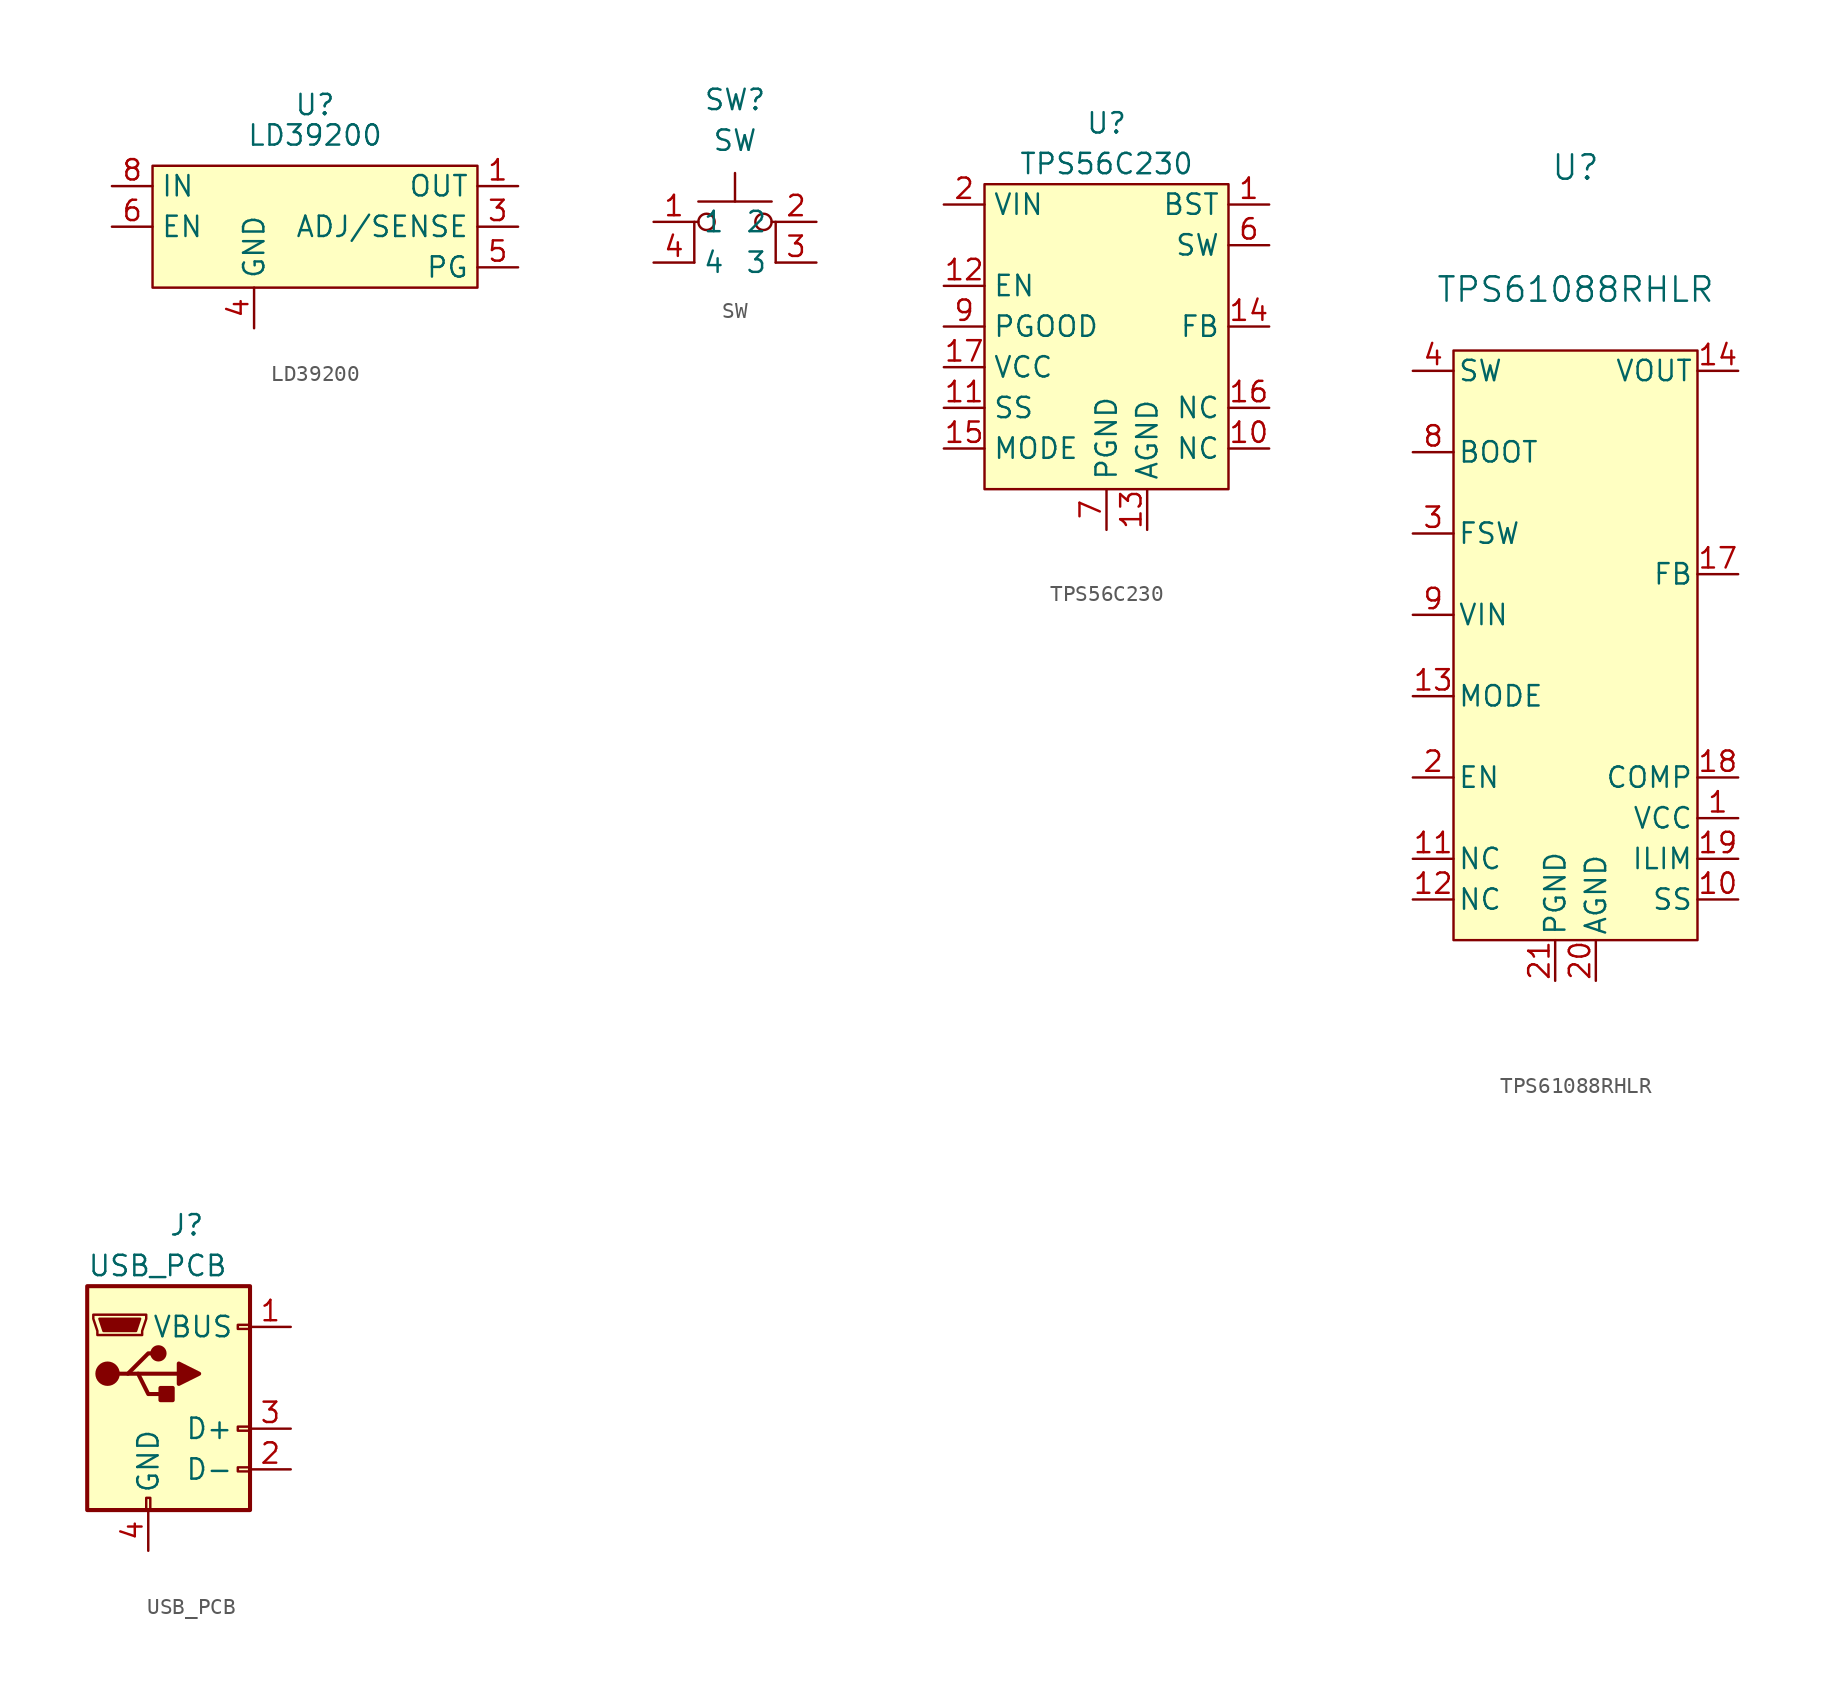
<source format=kicad_sym>
(kicad_symbol_lib
  (version 20211014)
  (generator kicad_symbol_editor)
  (symbol "LD39200"
    (property "Reference" "U"
      (at 0 5.08 0)
      (effects (font (size 1.27 1.27))))
    (property "Value" "LD39200"
      (at 0 3.175 0)
      (effects (font (size 1.27 1.27))))
    (symbol "LD39200_0_1"
      (rectangle (start -10.16 1.27) (end 10.16 -6.35) (stroke (width 0) (type default) (color 0 0 0 0)) (fill (type background))))
    (symbol "LD39200_1_1"
      (pin power_out line (at 12.7 0 180) (length 2.54) (name "OUT" (effects (font (size 1.27 1.27)))) (number "1" (effects (font (size 1.27 1.27)))))
      (pin power_out line (at 12.7 0 180) (length 2.54) hide (name "OUT" (effects (font (size 1.27 1.27)))) (number "2" (effects (font (size 1.27 1.27)))))
      (pin input line (at 12.7 -2.54 180) (length 2.54) (name "ADJ/SENSE" (effects (font (size 1.27 1.27)))) (number "3" (effects (font (size 1.27 1.27)))))
      (pin power_in line (at -3.81 -8.89 90) (length 2.54) (name "GND" (effects (font (size 1.27 1.27)))) (number "4" (effects (font (size 1.27 1.27)))))
      (pin output line (at 12.7 -5.08 180) (length 2.54) (name "PG" (effects (font (size 1.27 1.27)))) (number "5" (effects (font (size 1.27 1.27)))))
      (pin input line (at -12.7 -2.54 0) (length 2.54) (name "EN" (effects (font (size 1.27 1.27)))) (number "6" (effects (font (size 1.27 1.27)))))
      (pin power_in line (at -12.7 0 0) (length 2.54) hide (name "IN" (effects (font (size 1.27 1.27)))) (number "7" (effects (font (size 1.27 1.27)))))
      (pin power_in line (at -12.7 0 0) (length 2.54) (name "IN" (effects (font (size 1.27 1.27)))) (number "8" (effects (font (size 1.27 1.27)))))
      (pin power_in line (at -3.81 -8.89 90) (length 2.54) hide (name "GND" (effects (font (size 1.27 1.27)))) (number "9" (effects (font (size 1.27 1.27)))))))
  (symbol "SW"
    (property "Reference" "SW"
      (at 0 8.89 0)
      (effects (font (size 1.27 1.27))))
    (property "Value" "SW"
      (at 0 6.35 0)
      (effects (font (size 1.27 1.27))))
    (symbol "SW_0_1"
      (circle (center -1.778 1.27) (radius 0.508) (stroke (width 0) (type default) (color 0 0 0 0)) (fill (type none)))
      (polyline (pts (xy -2.286 2.54) (xy 2.286 2.54)) (stroke (width 0) (type default) (color 0 0 0 0)) (fill (type none)))
      (polyline (pts (xy 0 2.54) (xy 0 4.318)) (stroke (width 0) (type default) (color 0 0 0 0)) (fill (type none)))
      (polyline (pts (xy -2.54 -1.27) (xy -2.54 1.27) (xy -2.286 1.27)) (stroke (width 0) (type default) (color 0 0 0 0)) (fill (type none)))
      (polyline (pts (xy 2.54 -1.27) (xy 2.54 1.27) (xy 2.286 1.27)) (stroke (width 0) (type default) (color 0 0 0 0)) (fill (type none)))
      (circle (center 1.778 1.27) (radius 0.508) (stroke (width 0) (type default) (color 0 0 0 0)) (fill (type none)))
      (pin passive line (at -5.08 1.27 0) (length 2.54) (name "1" (effects (font (size 1.27 1.27)))) (number "1" (effects (font (size 1.27 1.27)))))
      (pin passive line (at 5.08 1.27 180) (length 2.54) (name "2" (effects (font (size 1.27 1.27)))) (number "2" (effects (font (size 1.27 1.27)))))
      (pin passive line (at 5.08 -1.27 180) (length 2.54) (name "3" (effects (font (size 1.27 1.27)))) (number "3" (effects (font (size 1.27 1.27)))))
      (pin passive line (at -5.08 -1.27 0) (length 2.54) (name "4" (effects (font (size 1.27 1.27)))) (number "4" (effects (font (size 1.27 1.27)))))))
  (symbol "TPS56C230"
    (property "Reference" "U"
      (at 0 5.08 0)
      (effects (font (size 1.27 1.27))))
    (property "Value" "TPS56C230"
      (at 0 2.54 0)
      (effects (font (size 1.27 1.27))))
    (symbol "TPS56C230_0_1"
      (rectangle (start 7.62 -17.78) (end -7.62 1.27) (stroke (width 0) (type default) (color 0 0 0 0)) (fill (type background))))
    (symbol "TPS56C230_1_1"
      (pin passive line (at 10.16 0 180) (length 2.54) (name "BST" (effects (font (size 1.27 1.27)))) (number "1" (effects (font (size 1.27 1.27)))))
      (pin free line (at 10.16 -15.24 180) (length 2.54) (name "NC" (effects (font (size 1.27 1.27)))) (number "10" (effects (font (size 1.27 1.27)))))
      (pin passive line (at -10.16 -12.7 0) (length 2.54) (name "SS" (effects (font (size 1.27 1.27)))) (number "11" (effects (font (size 1.27 1.27)))))
      (pin input line (at -10.16 -5.08 0) (length 2.54) (name "EN" (effects (font (size 1.27 1.27)))) (number "12" (effects (font (size 1.27 1.27)))))
      (pin input line (at 2.54 -20.32 90) (length 2.54) (name "AGND" (effects (font (size 1.27 1.27)))) (number "13" (effects (font (size 1.27 1.27)))))
      (pin input line (at 10.16 -7.62 180) (length 2.54) (name "FB" (effects (font (size 1.27 1.27)))) (number "14" (effects (font (size 1.27 1.27)))))
      (pin input line (at -10.16 -15.24 0) (length 2.54) (name "MODE" (effects (font (size 1.27 1.27)))) (number "15" (effects (font (size 1.27 1.27)))))
      (pin free line (at 10.16 -12.7 180) (length 2.54) (name "NC" (effects (font (size 1.27 1.27)))) (number "16" (effects (font (size 1.27 1.27)))))
      (pin input line (at -10.16 -10.16 0) (length 2.54) (name "VCC" (effects (font (size 1.27 1.27)))) (number "17" (effects (font (size 1.27 1.27)))))
      (pin power_in line (at 0 -20.32 90) (length 2.54) hide (name "PGND" (effects (font (size 1.27 1.27)))) (number "18" (effects (font (size 1.27 1.27)))))
      (pin power_out line (at 10.16 -2.54 180) (length 2.54) hide (name "SW" (effects (font (size 1.27 1.27)))) (number "19" (effects (font (size 1.27 1.27)))))
      (pin power_in line (at -10.16 0 0) (length 2.54) (name "VIN" (effects (font (size 1.27 1.27)))) (number "2" (effects (font (size 1.27 1.27)))))
      (pin power_out line (at 10.16 -2.54 180) (length 2.54) hide (name "SW" (effects (font (size 1.27 1.27)))) (number "20" (effects (font (size 1.27 1.27)))))
      (pin power_in line (at 0 -20.32 90) (length 2.54) hide (name "PGND" (effects (font (size 1.27 1.27)))) (number "21" (effects (font (size 1.27 1.27)))))
      (pin power_in line (at -10.16 0 0) (length 2.54) hide (name "VIN" (effects (font (size 1.27 1.27)))) (number "3" (effects (font (size 1.27 1.27)))))
      (pin power_in line (at -10.16 0 0) (length 2.54) hide (name "VIN" (effects (font (size 1.27 1.27)))) (number "4" (effects (font (size 1.27 1.27)))))
      (pin power_in line (at -10.16 0 0) (length 2.54) hide (name "VIN" (effects (font (size 1.27 1.27)))) (number "5" (effects (font (size 1.27 1.27)))))
      (pin power_out line (at 10.16 -2.54 180) (length 2.54) (name "SW" (effects (font (size 1.27 1.27)))) (number "6" (effects (font (size 1.27 1.27)))))
      (pin power_in line (at 0 -20.32 90) (length 2.54) (name "PGND" (effects (font (size 1.27 1.27)))) (number "7" (effects (font (size 1.27 1.27)))))
      (pin power_in line (at 0 -20.32 90) (length 2.54) hide (name "PGND" (effects (font (size 1.27 1.27)))) (number "8" (effects (font (size 1.27 1.27)))))
      (pin output line (at -10.16 -7.62 0) (length 2.54) (name "PGOOD" (effects (font (size 1.27 1.27)))) (number "9" (effects (font (size 1.27 1.27)))))))
  (symbol "TPS61088RHLR"
    (pin_names
      (offset 0.254))
    (property "Reference" "U"
      (at 0 12.7 0)
      (effects (font (size 1.524 1.524))))
    (property "Value" "TPS61088RHLR"
      (at 0 5.08 0)
      (effects (font (size 1.524 1.524))))
    (symbol "TPS61088RHLR_0_1"
      (pin passive line (at 10.16 -27.94 180) (length 2.54) (name "VCC" (effects (font (size 1.27 1.27)))) (number "1" (effects (font (size 1.27 1.27)))))
      (pin passive line (at 10.16 -33.02 180) (length 2.54) (name "SS" (effects (font (size 1.27 1.27)))) (number "10" (effects (font (size 1.27 1.27)))))
      (pin unspecified line (at -10.16 -30.48 0) (length 2.54) (name "NC" (effects (font (size 1.27 1.27)))) (number "11" (effects (font (size 1.27 1.27)))))
      (pin unspecified line (at -10.16 -33.02 0) (length 2.54) (name "NC" (effects (font (size 1.27 1.27)))) (number "12" (effects (font (size 1.27 1.27)))))
      (pin input line (at -10.16 -20.32 0) (length 2.54) (name "MODE" (effects (font (size 1.27 1.27)))) (number "13" (effects (font (size 1.27 1.27)))))
      (pin power_out line (at 10.16 0 180) (length 2.54) (name "VOUT" (effects (font (size 1.27 1.27)))) (number "14" (effects (font (size 1.27 1.27)))))
      (pin power_out line (at 10.16 0 180) (length 2.54) hide (name "VOUT" (effects (font (size 1.27 1.27)))) (number "15" (effects (font (size 1.27 1.27)))))
      (pin power_out line (at 10.16 0 180) (length 2.54) hide (name "VOUT" (effects (font (size 1.27 1.27)))) (number "16" (effects (font (size 1.27 1.27)))))
      (pin input line (at 10.16 -12.7 180) (length 2.54) (name "FB" (effects (font (size 1.27 1.27)))) (number "17" (effects (font (size 1.27 1.27)))))
      (pin passive line (at 10.16 -25.4 180) (length 2.54) (name "COMP" (effects (font (size 1.27 1.27)))) (number "18" (effects (font (size 1.27 1.27)))))
      (pin passive line (at 10.16 -30.48 180) (length 2.54) (name "ILIM" (effects (font (size 1.27 1.27)))) (number "19" (effects (font (size 1.27 1.27)))))
      (pin input line (at -10.16 -25.4 0) (length 2.54) (name "EN" (effects (font (size 1.27 1.27)))) (number "2" (effects (font (size 1.27 1.27)))))
      (pin power_in line (at 1.27 -38.1 90) (length 2.54) (name "AGND" (effects (font (size 1.27 1.27)))) (number "20" (effects (font (size 1.27 1.27)))))
      (pin power_in line (at -1.27 -38.1 90) (length 2.54) (name "PGND" (effects (font (size 1.27 1.27)))) (number "21" (effects (font (size 1.27 1.27)))))
      (pin passive line (at -10.16 -10.16 0) (length 2.54) (name "FSW" (effects (font (size 1.27 1.27)))) (number "3" (effects (font (size 1.27 1.27)))))
      (pin power_in line (at -10.16 0 0) (length 2.54) (name "SW" (effects (font (size 1.27 1.27)))) (number "4" (effects (font (size 1.27 1.27)))))
      (pin power_in line (at -10.16 0 0) (length 2.54) hide (name "SW" (effects (font (size 1.27 1.27)))) (number "5" (effects (font (size 1.27 1.27)))))
      (pin power_in line (at -10.16 0 0) (length 2.54) hide (name "SW" (effects (font (size 1.27 1.27)))) (number "6" (effects (font (size 1.27 1.27)))))
      (pin power_in line (at -10.16 0 0) (length 2.54) hide (name "SW" (effects (font (size 1.27 1.27)))) (number "7" (effects (font (size 1.27 1.27)))))
      (pin passive line (at -10.16 -5.08 0) (length 2.54) (name "BOOT" (effects (font (size 1.27 1.27)))) (number "8" (effects (font (size 1.27 1.27)))))
      (pin power_in line (at -10.16 -15.24 0) (length 2.54) (name "VIN" (effects (font (size 1.27 1.27)))) (number "9" (effects (font (size 1.27 1.27))))))
    (symbol "TPS61088RHLR_1_1"
      (rectangle (start -7.62 1.27) (end 7.62 -35.56) (stroke (width 0) (type default) (color 0 0 0 0)) (fill (type background)))))
  (symbol "USB_PCB"
    (pin_names
      (offset 1.016))
    (property "Reference" "J"
      (at 0 11.43 0)
      (effects (font (size 1.27 1.27)) (justify left)))
    (property "Value" "USB_PCB"
      (at -5.08 8.89 0)
      (effects (font (size 1.27 1.27)) (justify left)))
    (symbol "USB_PCB_0_1"
      (rectangle (start -5.08 7.62) (end 5.08 -6.35) (stroke (width 0.254) (type default) (color 0 0 0 0)) (fill (type background)))
      (circle (center -3.81 2.159) (radius 0.635) (stroke (width 0.254) (type default) (color 0 0 0 0)) (fill (type outline)))
      (rectangle (start -1.397 -6.35) (end -1.143 -5.588) (stroke (width 0) (type default) (color 0 0 0 0)) (fill (type none)))
      (circle (center -0.635 3.429) (radius 0.381) (stroke (width 0.254) (type default) (color 0 0 0 0)) (fill (type outline)))
      (polyline (pts (xy -1.905 2.159) (xy 0.635 2.159)) (stroke (width 0.254) (type default) (color 0 0 0 0)) (fill (type none)))
      (polyline (pts (xy -3.175 2.159) (xy -2.54 2.159) (xy -1.27 3.429) (xy -0.635 3.429)) (stroke (width 0.254) (type default) (color 0 0 0 0)) (fill (type none)))
      (polyline (pts (xy -2.54 2.159) (xy -1.905 2.159) (xy -1.27 0.889) (xy 0 0.889)) (stroke (width 0.254) (type default) (color 0 0 0 0)) (fill (type none)))
      (polyline (pts (xy 0.635 2.794) (xy 0.635 1.524) (xy 1.905 2.159) (xy 0.635 2.794)) (stroke (width 0.254) (type default) (color 0 0 0 0)) (fill (type outline)))
      (polyline (pts (xy -4.318 5.588) (xy -1.778 5.588) (xy -2.032 4.826) (xy -4.064 4.826) (xy -4.318 5.588)) (stroke (width 0) (type default) (color 0 0 0 0)) (fill (type outline)))
      (polyline (pts (xy -4.699 5.842) (xy -4.699 5.588) (xy -4.445 4.826) (xy -4.445 4.572) (xy -1.651 4.572) (xy -1.651 4.826) (xy -1.397 5.588) (xy -1.397 5.842) (xy -4.699 5.842)) (stroke (width 0) (type default) (color 0 0 0 0)) (fill (type none)))
      (rectangle (start 0.254 1.27) (end -0.508 0.508) (stroke (width 0.254) (type default) (color 0 0 0 0)) (fill (type outline)))
      (rectangle (start 5.08 -3.937) (end 4.318 -3.683) (stroke (width 0) (type default) (color 0 0 0 0)) (fill (type none)))
      (rectangle (start 5.08 -1.397) (end 4.318 -1.143) (stroke (width 0) (type default) (color 0 0 0 0)) (fill (type none)))
      (rectangle (start 5.08 4.953) (end 4.318 5.207) (stroke (width 0) (type default) (color 0 0 0 0)) (fill (type none))))
    (symbol "USB_PCB_1_1"
      (pin power_out line (at 7.62 5.08 180) (length 2.54) (name "VBUS" (effects (font (size 1.27 1.27)))) (number "1" (effects (font (size 1.27 1.27)))))
      (pin passive line (at 7.62 -3.81 180) (length 2.54) (name "D-" (effects (font (size 1.27 1.27)))) (number "2" (effects (font (size 1.27 1.27)))))
      (pin passive line (at 7.62 -1.27 180) (length 2.54) (name "D+" (effects (font (size 1.27 1.27)))) (number "3" (effects (font (size 1.27 1.27)))))
      (pin power_out line (at -1.27 -8.89 90) (length 2.54) (name "GND" (effects (font (size 1.27 1.27)))) (number "4" (effects (font (size 1.27 1.27))))))))
</source>
